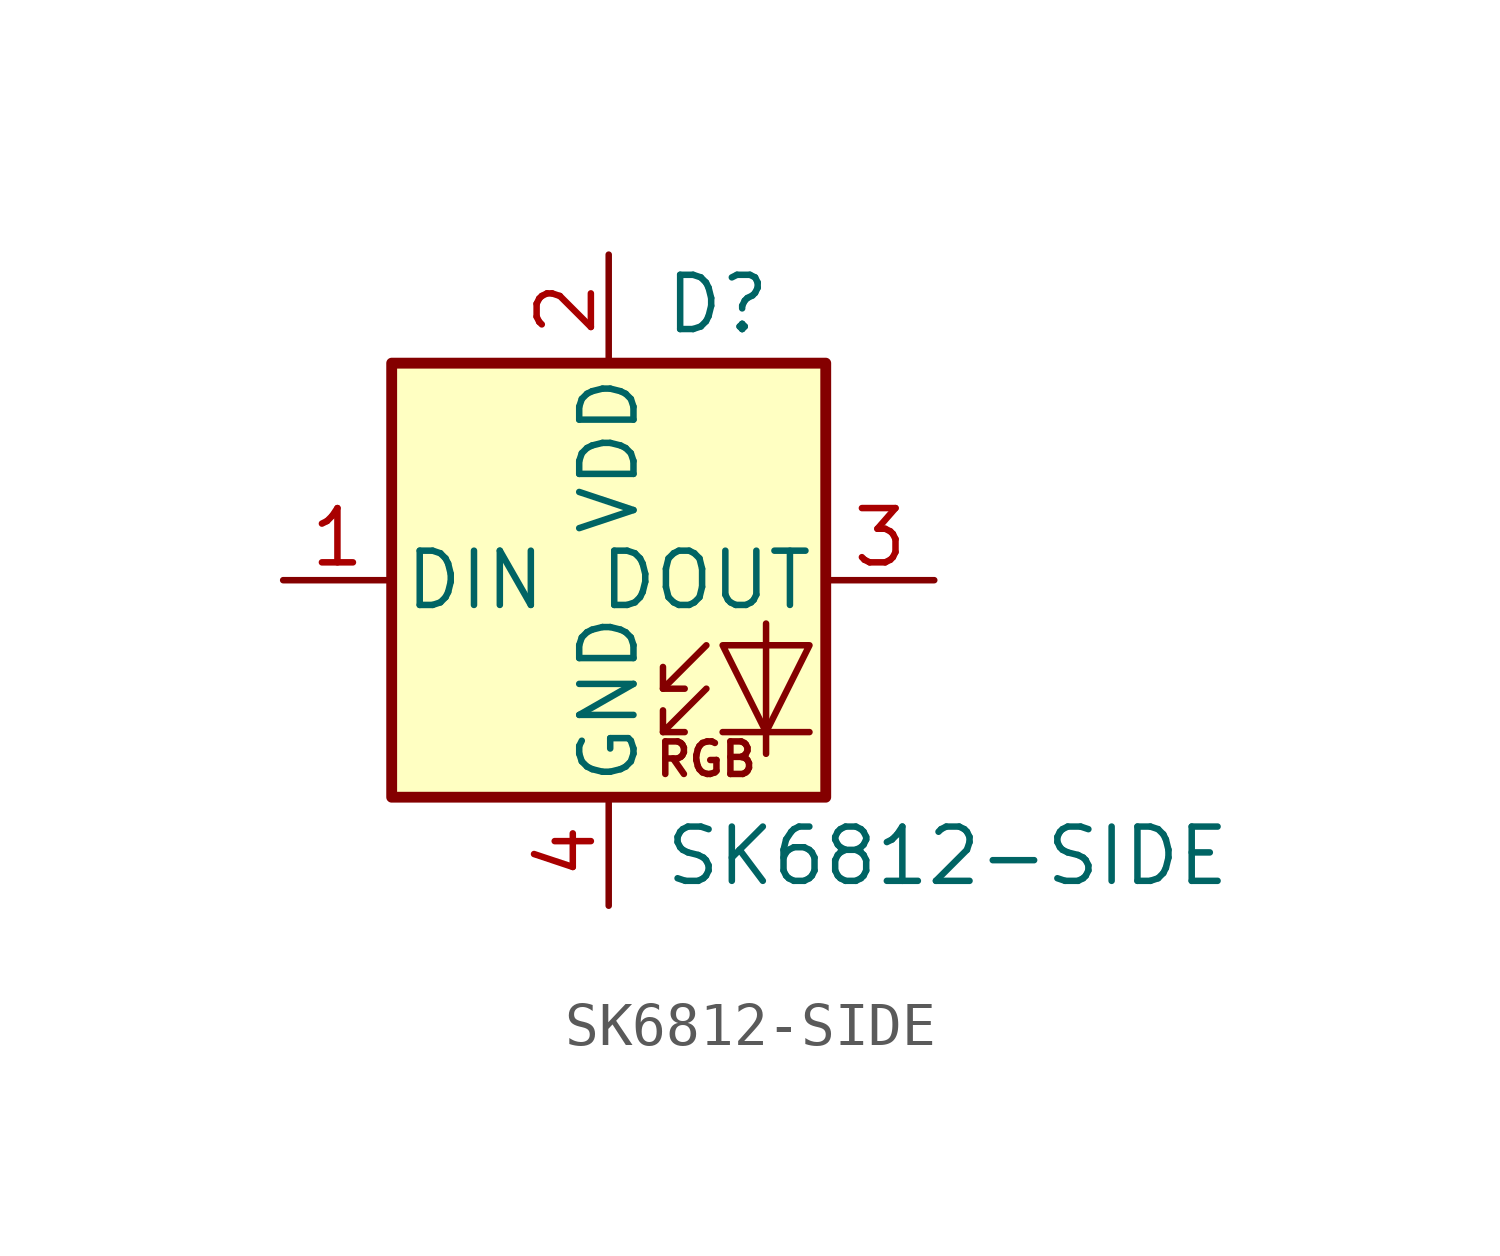
<source format=kicad_sym>
(kicad_symbol_lib
  (version 20220914)
  (generator kicad_symbol_editor)
  (symbol "SK6812-SIDE"
    (pin_names
      (offset 0.254))
    (property "Reference" "D"
      (at 1.27 5.715 0)
      (effects (font (size 1.27 1.27)) (justify left bottom)))
    (property "Value" "SK6812-SIDE"
      (at 1.27 -5.715 0)
      (effects (font (size 1.27 1.27)) (justify left top)))
    (symbol "SK6812-SIDE_0_0"
      (text "RGB" (at 2.286 -4.191 0) (effects (font (size 0.762 0.762)))))
    (symbol "SK6812-SIDE_0_1"
      (polyline (pts (xy 1.27 -3.556) (xy 1.778 -3.556)) (stroke (width 0) (type default)) (fill (type none)))
      (polyline (pts (xy 1.27 -2.54) (xy 1.778 -2.54)) (stroke (width 0) (type default)) (fill (type none)))
      (polyline (pts (xy 4.699 -3.556) (xy 2.667 -3.556)) (stroke (width 0) (type default)) (fill (type none)))
      (polyline (pts (xy 2.286 -2.54) (xy 1.27 -3.556) (xy 1.27 -3.048)) (stroke (width 0) (type default)) (fill (type none)))
      (polyline (pts (xy 2.286 -1.524) (xy 1.27 -2.54) (xy 1.27 -2.032)) (stroke (width 0) (type default)) (fill (type none)))
      (polyline (pts (xy 3.683 -1.016) (xy 3.683 -3.556) (xy 3.683 -4.064)) (stroke (width 0) (type default)) (fill (type none)))
      (polyline (pts (xy 4.699 -1.524) (xy 2.667 -1.524) (xy 3.683 -3.556) (xy 4.699 -1.524)) (stroke (width 0) (type default)) (fill (type none)))
      (rectangle (start 5.08 5.08) (end -5.08 -5.08) (stroke (width 0.254) (type default)) (fill (type background))))
    (symbol "SK6812-SIDE_1_1"
      (pin input line (at -7.62 0 0) (length 2.54) (name "DIN" (effects (font (size 1.27 1.27)))) (number "1" (effects (font (size 1.27 1.27)))))
      (pin power_in line (at 0 7.62 270) (length 2.54) (name "VDD" (effects (font (size 1.27 1.27)))) (number "2" (effects (font (size 1.27 1.27)))))
      (pin output line (at 7.62 0 180) (length 2.54) (name "DOUT" (effects (font (size 1.27 1.27)))) (number "3" (effects (font (size 1.27 1.27)))))
      (pin power_in line (at 0 -7.62 90) (length 2.54) (name "GND" (effects (font (size 1.27 1.27)))) (number "4" (effects (font (size 1.27 1.27))))))))
</source>
